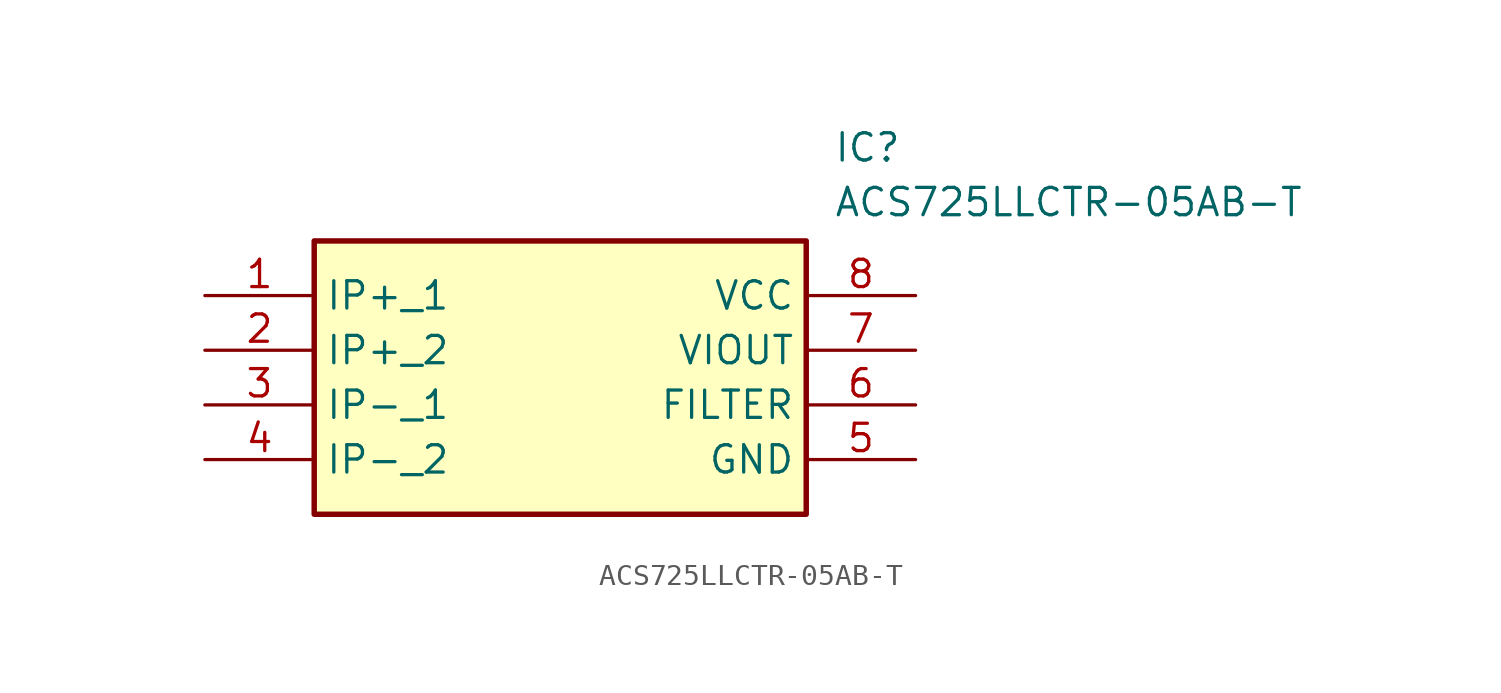
<source format=kicad_sym>
(kicad_symbol_lib
  (version 20211014)
  (generator SamacSys_ECAD_Model)
  (symbol "ACS725LLCTR-05AB-T"
    (property "Reference" "IC"
      (at 29.21 7.62 0)
      (effects (font (size 1.27 1.27)) (justify left top)))
    (property "Value" "ACS725LLCTR-05AB-T"
      (at 29.21 5.08 0)
      (effects (font (size 1.27 1.27)) (justify left top)))
    (rectangle
      (start 5.08 2.54)
      (end 27.94 -10.16)
      (stroke (width 0.254) (type default))
      (fill (type background)))
    (pin passive line
      (at 0 0 0)
      (length 5.08)
      (name "IP+_1" (effects (font (size 1.27 1.27))))
      (number "1" (effects (font (size 1.27 1.27)))))
    (pin passive line
      (at 0 -2.54 0)
      (length 5.08)
      (name "IP+_2" (effects (font (size 1.27 1.27))))
      (number "2" (effects (font (size 1.27 1.27)))))
    (pin passive line
      (at 0 -5.08 0)
      (length 5.08)
      (name "IP-_1" (effects (font (size 1.27 1.27))))
      (number "3" (effects (font (size 1.27 1.27)))))
    (pin passive line
      (at 0 -7.62 0)
      (length 5.08)
      (name "IP-_2" (effects (font (size 1.27 1.27))))
      (number "4" (effects (font (size 1.27 1.27)))))
    (pin passive line
      (at 33.02 0 180)
      (length 5.08)
      (name "VCC" (effects (font (size 1.27 1.27))))
      (number "8" (effects (font (size 1.27 1.27)))))
    (pin passive line
      (at 33.02 -2.54 180)
      (length 5.08)
      (name "VIOUT" (effects (font (size 1.27 1.27))))
      (number "7" (effects (font (size 1.27 1.27)))))
    (pin passive line
      (at 33.02 -5.08 180)
      (length 5.08)
      (name "FILTER" (effects (font (size 1.27 1.27))))
      (number "6" (effects (font (size 1.27 1.27)))))
    (pin passive line
      (at 33.02 -7.62 180)
      (length 5.08)
      (name "GND" (effects (font (size 1.27 1.27))))
      (number "5" (effects (font (size 1.27 1.27)))))))
</source>
